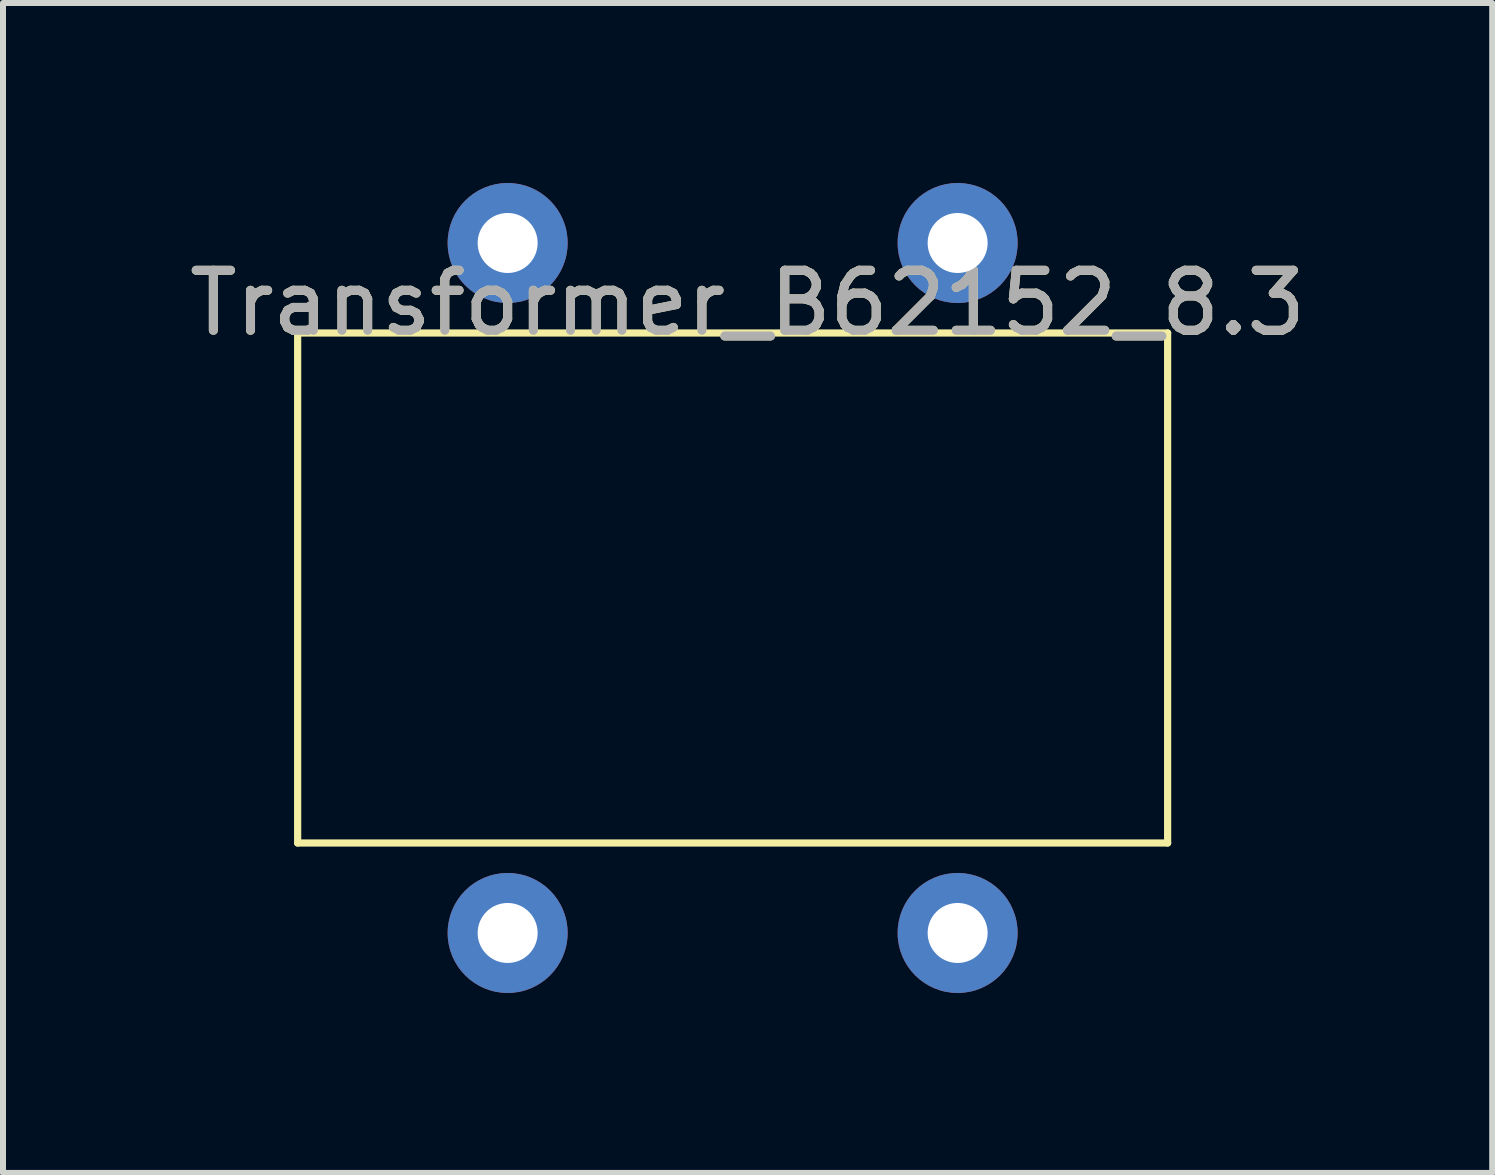
<source format=kicad_pcb>
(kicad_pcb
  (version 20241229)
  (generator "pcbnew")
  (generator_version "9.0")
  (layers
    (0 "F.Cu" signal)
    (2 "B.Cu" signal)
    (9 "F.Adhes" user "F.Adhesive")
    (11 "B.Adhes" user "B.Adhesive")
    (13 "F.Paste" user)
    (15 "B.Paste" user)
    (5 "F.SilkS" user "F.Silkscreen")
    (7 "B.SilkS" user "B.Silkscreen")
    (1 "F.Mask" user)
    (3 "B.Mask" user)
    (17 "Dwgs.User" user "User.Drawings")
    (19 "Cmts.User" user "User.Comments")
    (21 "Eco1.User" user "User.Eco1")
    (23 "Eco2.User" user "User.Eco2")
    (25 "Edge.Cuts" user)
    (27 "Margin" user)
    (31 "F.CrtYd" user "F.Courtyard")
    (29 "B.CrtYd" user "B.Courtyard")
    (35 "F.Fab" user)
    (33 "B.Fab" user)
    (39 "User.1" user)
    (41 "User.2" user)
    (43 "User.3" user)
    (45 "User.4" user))
  (footprint "Transformer_B62152_8.3"
    (layer "F.Cu")
    (at 9.411 7)
    (property "Reference" "Transformer_B62152_8.3" (at 0 -5 180) (layer "F.SilkS") (effects (font (size 1 1) (thickness 0.15))))
    (attr through_hole)
    (fp_line (start -7.5 -4.5) (end 7 -4.5) (stroke (width 0.12) (type solid)) (layer "F.SilkS"))
    (fp_line (start -7.5 4) (end -7.5 -4.5) (stroke (width 0.12) (type solid)) (layer "F.SilkS"))
    (fp_line (start 7 -4.5) (end 7 4) (stroke (width 0.12) (type solid)) (layer "F.SilkS"))
    (fp_line (start 7 4) (end -7.5 4) (stroke (width 0.12) (type solid)) (layer "F.SilkS"))
    (fp_text user "${REFERENCE}" (at 0 -5 180) (layer "F.Fab") (effects (font (size 1 1) (thickness 0.15))))
    (pad "1" thru_hole circle (at -4 -6) (size 2 2) (drill 1) (layers "*.Cu" "*.Mask"))
    (pad "2" thru_hole circle (at 3.5 -6) (size 2 2) (drill 1) (layers "*.Cu" "*.Mask"))
    (pad "3" thru_hole circle (at -4 5.5) (size 2 2) (drill 1) (layers "*.Cu" "*.Mask"))
    (pad "4" thru_hole circle (at 3.5 5.5) (size 2 2) (drill 1) (layers "*.Cu" "*.Mask")))
  (gr_rect
    (start -3 -3)
    (end 21.821 16.5)
    (stroke (width 0.1) (type default))
    (fill no)
    (layer "Edge.Cuts")))
</source>
